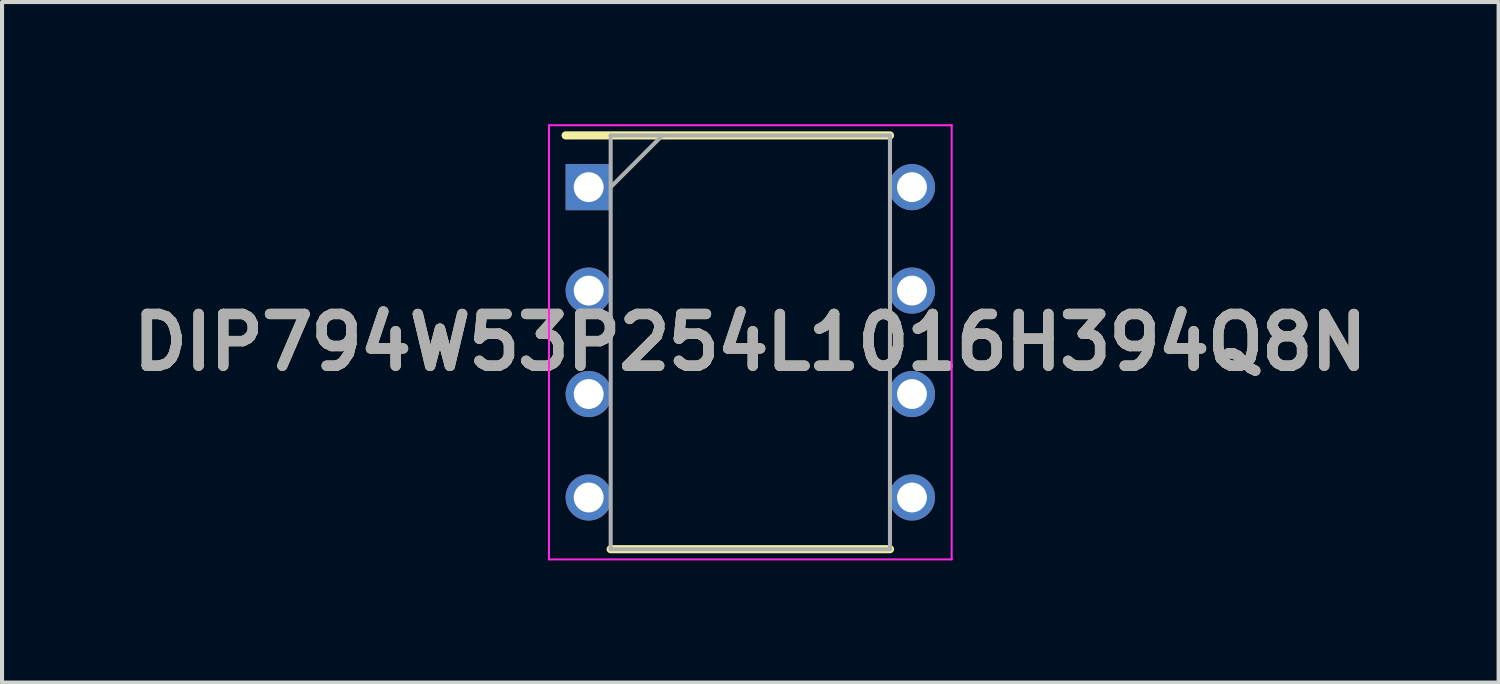
<source format=kicad_pcb>
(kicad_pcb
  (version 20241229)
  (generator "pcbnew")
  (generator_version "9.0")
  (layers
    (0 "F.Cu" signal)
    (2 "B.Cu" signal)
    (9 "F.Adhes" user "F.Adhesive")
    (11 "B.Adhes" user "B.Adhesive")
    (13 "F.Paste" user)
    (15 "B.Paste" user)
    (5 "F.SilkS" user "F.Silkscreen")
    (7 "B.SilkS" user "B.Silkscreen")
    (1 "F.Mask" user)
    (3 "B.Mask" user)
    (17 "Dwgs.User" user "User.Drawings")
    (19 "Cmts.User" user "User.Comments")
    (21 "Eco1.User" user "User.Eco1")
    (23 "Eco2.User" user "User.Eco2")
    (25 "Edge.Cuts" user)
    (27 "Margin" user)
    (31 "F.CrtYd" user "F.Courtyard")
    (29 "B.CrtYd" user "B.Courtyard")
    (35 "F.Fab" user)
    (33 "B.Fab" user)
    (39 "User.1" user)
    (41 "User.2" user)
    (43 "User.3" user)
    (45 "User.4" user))
  (footprint "DIP794W53P254L1016H394Q8N"
    (layer "F.Cu")
    (at 15.373 5.355)
    (property "Reference" "DIP794W53P254L1016H394Q8N" (at 0 0 0) (layer "F.SilkS") (effects (font (size 1.27 1.27) (thickness 0.254))))
    (attr through_hole)
    (fp_line (start -4.535 -5.08) (end 3.429 -5.08) (stroke (width 0.2) (type solid)) (layer "F.SilkS"))
    (fp_line (start -3.429 5.08) (end 3.429 5.08) (stroke (width 0.2) (type solid)) (layer "F.SilkS"))
    (fp_line (start -4.944 -5.33) (end 4.944 -5.33) (stroke (width 0.05) (type solid)) (layer "F.CrtYd"))
    (fp_line (start -4.944 5.33) (end -4.944 -5.33) (stroke (width 0.05) (type solid)) (layer "F.CrtYd"))
    (fp_line (start 4.944 -5.33) (end 4.944 5.33) (stroke (width 0.05) (type solid)) (layer "F.CrtYd"))
    (fp_line (start 4.944 5.33) (end -4.944 5.33) (stroke (width 0.05) (type solid)) (layer "F.CrtYd"))
    (fp_line (start -3.429 -5.08) (end 3.429 -5.08) (stroke (width 0.1) (type solid)) (layer "F.Fab"))
    (fp_line (start -3.429 -3.81) (end -2.159 -5.08) (stroke (width 0.1) (type solid)) (layer "F.Fab"))
    (fp_line (start -3.429 5.08) (end -3.429 -5.08) (stroke (width 0.1) (type solid)) (layer "F.Fab"))
    (fp_line (start 3.429 -5.08) (end 3.429 5.08) (stroke (width 0.1) (type solid)) (layer "F.Fab"))
    (fp_line (start 3.429 5.08) (end -3.429 5.08) (stroke (width 0.1) (type solid)) (layer "F.Fab"))
    (fp_text user "${REFERENCE}" (at 0 0 0) (layer "F.Fab") (effects (font (size 1.27 1.27) (thickness 0.254))))
    (pad "1" thru_hole rect (at -3.969 -3.81) (size 1.133 1.133) (drill 0.733) (layers "*.Cu" "*.Mask"))
    (pad "2" thru_hole circle (at -3.969 -1.27) (size 1.133 1.133) (drill 0.733) (layers "*.Cu" "*.Mask"))
    (pad "3" thru_hole circle (at -3.969 1.27) (size 1.133 1.133) (drill 0.733) (layers "*.Cu" "*.Mask"))
    (pad "4" thru_hole circle (at -3.969 3.81) (size 1.133 1.133) (drill 0.733) (layers "*.Cu" "*.Mask"))
    (pad "5" thru_hole circle (at 3.969 3.81) (size 1.133 1.133) (drill 0.733) (layers "*.Cu" "*.Mask"))
    (pad "6" thru_hole circle (at 3.969 1.27) (size 1.133 1.133) (drill 0.733) (layers "*.Cu" "*.Mask"))
    (pad "7" thru_hole circle (at 3.969 -1.27) (size 1.133 1.133) (drill 0.733) (layers "*.Cu" "*.Mask"))
    (pad "8" thru_hole circle (at 3.969 -3.81) (size 1.133 1.133) (drill 0.733) (layers "*.Cu" "*.Mask")))
  (gr_rect
    (start -3 -3)
    (end 33.746 13.71)
    (stroke (width 0.1) (type default))
    (fill no)
    (layer "Edge.Cuts")))
</source>
